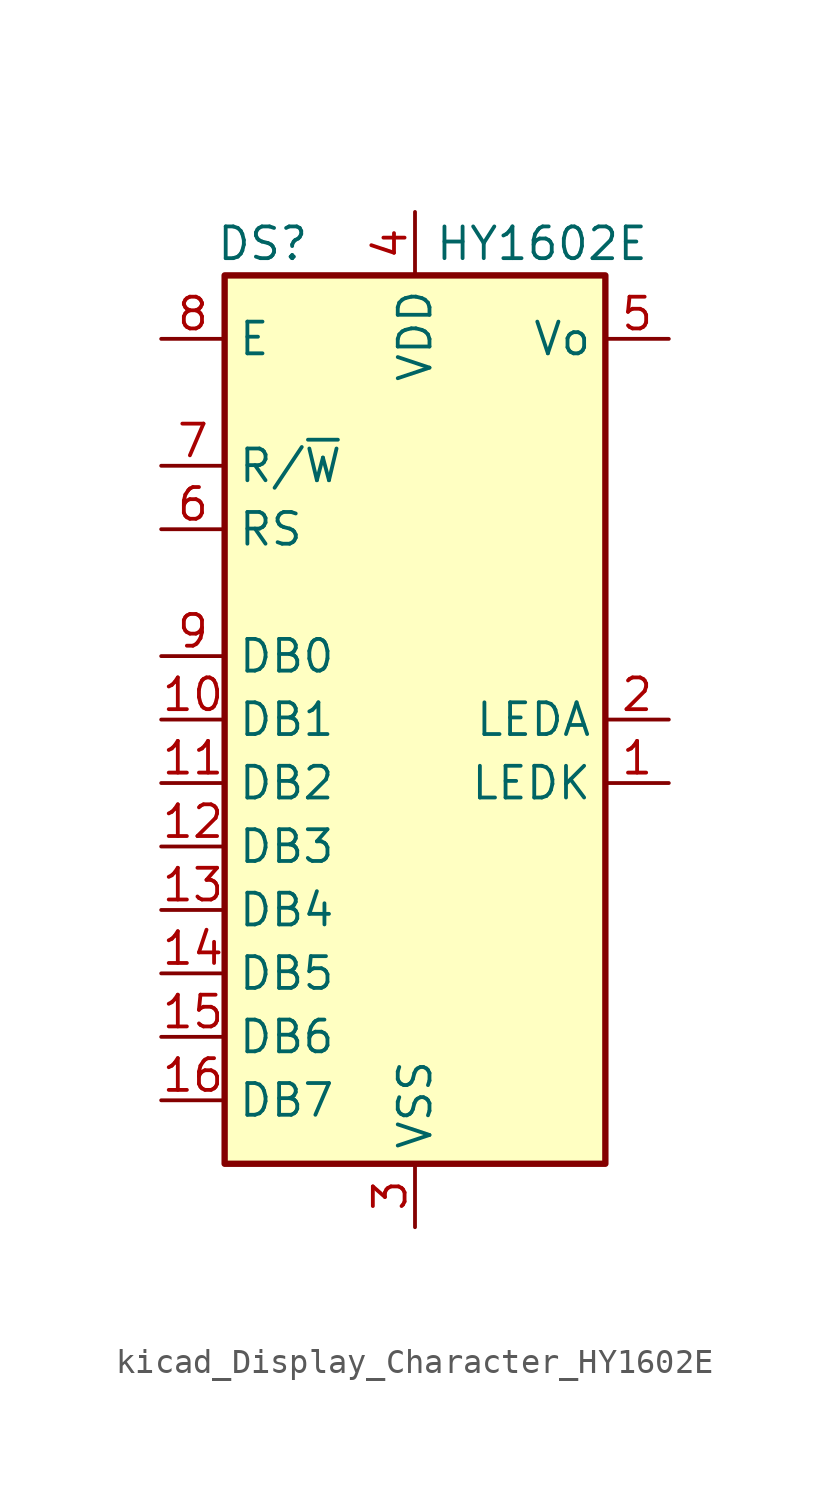
<source format=kicad_sym>
(kicad_symbol_lib
  (version 20220914)
  (generator kicad_symbol_editor)
  (symbol "kicad_Display_Character_HY1602E"
    (property "Reference" "DS"
      (at -6.096 19.05 0)
      (effects (font (size 1.27 1.27))))
    (property "Value" "HY1602E"
      (at 5.08 19.05 0)
      (effects (font (size 1.27 1.27))))
    (symbol "kicad_Display_Character_HY1602E_0_1"
      (rectangle (start -7.62 17.78) (end 7.62 -17.78) (stroke (width 0.254) (type default)) (fill (type background))))
    (symbol "kicad_Display_Character_HY1602E_1_1"
      (pin passive line (at 10.16 -2.54 180) (length 2.54) (name "LEDK" (effects (font (size 1.27 1.27)))) (number "1" (effects (font (size 1.27 1.27)))))
      (pin bidirectional line (at -10.16 0 0) (length 2.54) (name "DB1" (effects (font (size 1.27 1.27)))) (number "10" (effects (font (size 1.27 1.27)))))
      (pin bidirectional line (at -10.16 -2.54 0) (length 2.54) (name "DB2" (effects (font (size 1.27 1.27)))) (number "11" (effects (font (size 1.27 1.27)))))
      (pin bidirectional line (at -10.16 -5.08 0) (length 2.54) (name "DB3" (effects (font (size 1.27 1.27)))) (number "12" (effects (font (size 1.27 1.27)))))
      (pin bidirectional line (at -10.16 -7.62 0) (length 2.54) (name "DB4" (effects (font (size 1.27 1.27)))) (number "13" (effects (font (size 1.27 1.27)))))
      (pin bidirectional line (at -10.16 -10.16 0) (length 2.54) (name "DB5" (effects (font (size 1.27 1.27)))) (number "14" (effects (font (size 1.27 1.27)))))
      (pin bidirectional line (at -10.16 -12.7 0) (length 2.54) (name "DB6" (effects (font (size 1.27 1.27)))) (number "15" (effects (font (size 1.27 1.27)))))
      (pin bidirectional line (at -10.16 -15.24 0) (length 2.54) (name "DB7" (effects (font (size 1.27 1.27)))) (number "16" (effects (font (size 1.27 1.27)))))
      (pin passive line (at 10.16 0 180) (length 2.54) (name "LEDA" (effects (font (size 1.27 1.27)))) (number "2" (effects (font (size 1.27 1.27)))))
      (pin power_in line (at 0 -20.32 90) (length 2.54) (name "VSS" (effects (font (size 1.27 1.27)))) (number "3" (effects (font (size 1.27 1.27)))))
      (pin power_in line (at 0 20.32 270) (length 2.54) (name "VDD" (effects (font (size 1.27 1.27)))) (number "4" (effects (font (size 1.27 1.27)))))
      (pin input line (at 10.16 15.24 180) (length 2.54) (name "Vo" (effects (font (size 1.27 1.27)))) (number "5" (effects (font (size 1.27 1.27)))))
      (pin input line (at -10.16 7.62 0) (length 2.54) (name "RS" (effects (font (size 1.27 1.27)))) (number "6" (effects (font (size 1.27 1.27)))))
      (pin input line (at -10.16 10.16 0) (length 2.54) (name "R/~{W}" (effects (font (size 1.27 1.27)))) (number "7" (effects (font (size 1.27 1.27)))))
      (pin input line (at -10.16 15.24 0) (length 2.54) (name "E" (effects (font (size 1.27 1.27)))) (number "8" (effects (font (size 1.27 1.27)))))
      (pin bidirectional line (at -10.16 2.54 0) (length 2.54) (name "DB0" (effects (font (size 1.27 1.27)))) (number "9" (effects (font (size 1.27 1.27))))))))
</source>
